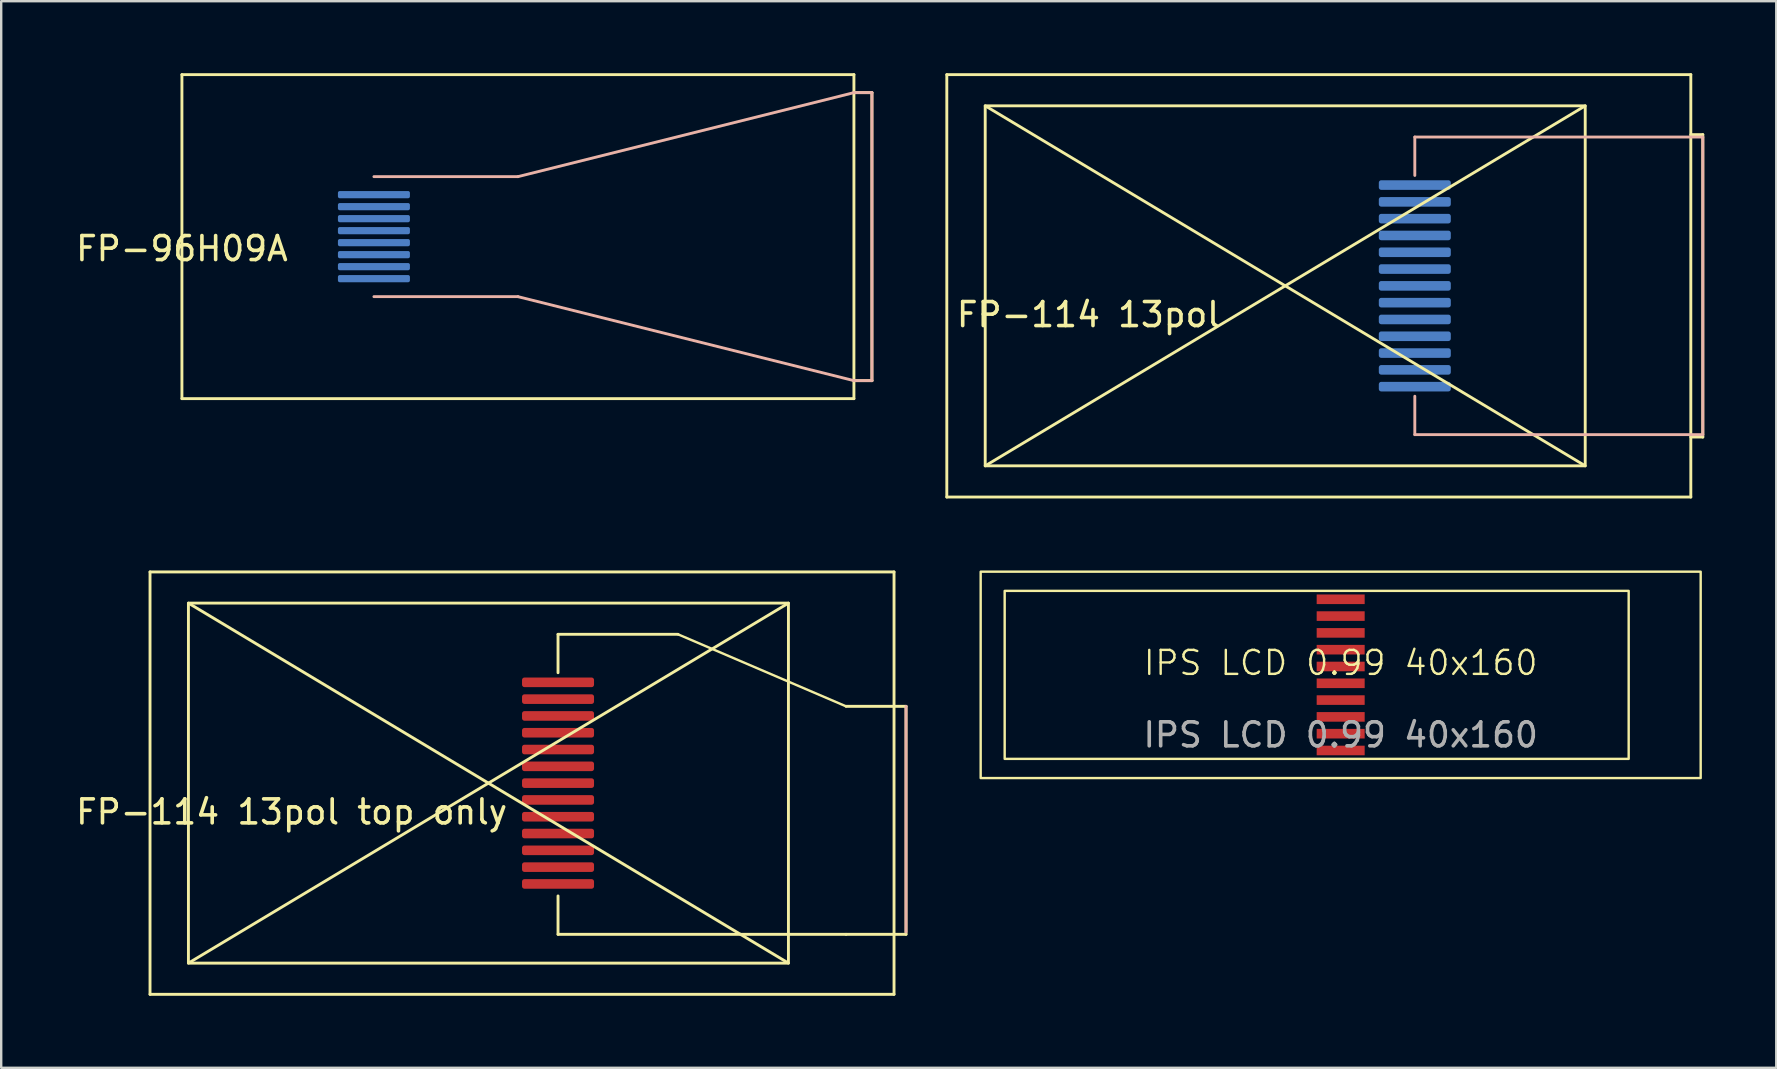
<source format=kicad_pcb>
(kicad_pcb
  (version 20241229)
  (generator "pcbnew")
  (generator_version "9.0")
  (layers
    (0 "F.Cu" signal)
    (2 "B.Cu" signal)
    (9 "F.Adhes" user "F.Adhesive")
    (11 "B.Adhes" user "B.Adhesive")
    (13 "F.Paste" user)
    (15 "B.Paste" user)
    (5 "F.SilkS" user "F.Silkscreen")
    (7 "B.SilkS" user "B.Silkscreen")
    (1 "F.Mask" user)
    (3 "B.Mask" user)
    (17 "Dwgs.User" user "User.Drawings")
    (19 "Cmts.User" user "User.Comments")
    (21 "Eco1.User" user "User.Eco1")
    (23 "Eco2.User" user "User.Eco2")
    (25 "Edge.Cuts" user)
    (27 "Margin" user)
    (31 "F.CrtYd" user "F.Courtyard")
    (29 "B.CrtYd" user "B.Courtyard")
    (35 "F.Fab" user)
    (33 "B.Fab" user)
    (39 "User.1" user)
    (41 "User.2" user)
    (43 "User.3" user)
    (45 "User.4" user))
  (footprint "FP-114 13pol top only"
    (layer "F.Cu")
    (at 17.301 29.58)
    (property "Reference" "FP-114 13pol top only" (at -8.2 1.2 0) (layer "F.SilkS") (effects (font (size 1 1) (thickness 0.15))))
    (attr through_hole)
    (fp_line (start -14.1 -8.8) (end 16.9 -8.8) (stroke (width 0.12) (type solid)) (layer "F.SilkS"))
    (fp_line (start -14.1 8.8) (end -14.1 -8.8) (stroke (width 0.12) (type solid)) (layer "F.SilkS"))
    (fp_line (start -12.5 -7.5) (end 12.5 7.5) (stroke (width 0.12) (type solid)) (layer "F.SilkS"))
    (fp_line (start -12.5 7.5) (end 12.5 -7.5) (stroke (width 0.12) (type solid)) (layer "F.SilkS"))
    (fp_line (start 2.9 -6.2) (end 2.9 -4.6) (stroke (width 0.12) (type solid)) (layer "F.SilkS"))
    (fp_line (start 2.9 6.3) (end 2.9 4.7) (stroke (width 0.12) (type solid)) (layer "F.SilkS"))
    (fp_line (start 7.9 -6.2) (end 2.9 -6.2) (stroke (width 0.12) (type solid)) (layer "F.SilkS"))
    (fp_line (start 14.9 -3.2) (end 7.9 -6.2) (stroke (width 0.1) (type default)) (layer "F.SilkS"))
    (fp_line (start 14.9 6.3) (end 2.9 6.3) (stroke (width 0.12) (type solid)) (layer "F.SilkS"))
    (fp_line (start 14.9 6.3) (end 17.4 6.3) (stroke (width 0.12) (type solid)) (layer "F.SilkS"))
    (fp_line (start 16.9 -8.8) (end 16.9 8.8) (stroke (width 0.12) (type solid)) (layer "F.SilkS"))
    (fp_line (start 16.9 8.8) (end -14.1 8.8) (stroke (width 0.12) (type solid)) (layer "F.SilkS"))
    (fp_line (start 17.4 -3.2) (end 14.9 -3.2) (stroke (width 0.12) (type solid)) (layer "F.SilkS"))
    (fp_line (start 17.4 6.3) (end 17.4 -3.2) (stroke (width 0.12) (type solid)) (layer "F.SilkS"))
    (fp_rect (start -12.5 -7.5) (end 12.5 7.5) (stroke (width 0.12) (type solid)) (fill no) (layer "F.SilkS"))
    (fp_line (start 17.4 -3.2) (end 17.4 6.2) (stroke (width 0.12) (type solid)) (layer "B.SilkS"))
    (pad "1" smd roundrect (at 2.9 -4.2) (size 3 0.4) (layers "F.Cu" "F.Mask" "F.Paste") (roundrect_rratio 0.25))
    (pad "2" smd roundrect (at 2.9 -3.5) (size 3 0.4) (layers "F.Cu" "F.Mask" "F.Paste") (roundrect_rratio 0.25))
    (pad "3" smd roundrect (at 2.9 -2.8) (size 3 0.4) (layers "F.Cu" "F.Mask" "F.Paste") (roundrect_rratio 0.25))
    (pad "4" smd roundrect (at 2.9 -2.1) (size 3 0.4) (layers "F.Cu" "F.Mask" "F.Paste") (roundrect_rratio 0.25))
    (pad "5" smd roundrect (at 2.9 -1.4) (size 3 0.4) (layers "F.Cu" "F.Mask" "F.Paste") (roundrect_rratio 0.25))
    (pad "6" smd roundrect (at 2.9 -0.7) (size 3 0.4) (layers "F.Cu" "F.Mask" "F.Paste") (roundrect_rratio 0.25))
    (pad "7" smd roundrect (at 2.9 0) (size 3 0.4) (layers "F.Cu" "F.Mask" "F.Paste") (roundrect_rratio 0.25))
    (pad "8" smd roundrect (at 2.9 0.7) (size 3 0.4) (layers "F.Cu" "F.Mask" "F.Paste") (roundrect_rratio 0.25))
    (pad "9" smd roundrect (at 2.9 1.4) (size 3 0.4) (layers "F.Cu" "F.Mask" "F.Paste") (roundrect_rratio 0.25))
    (pad "10" smd roundrect (at 2.9 2.1) (size 3 0.4) (layers "F.Cu" "F.Mask" "F.Paste") (roundrect_rratio 0.25))
    (pad "11" smd roundrect (at 2.9 2.8) (size 3 0.4) (layers "F.Cu" "F.Mask" "F.Paste") (roundrect_rratio 0.25))
    (pad "12" smd roundrect (at 2.9 3.5) (size 3 0.4) (layers "F.Cu" "F.Mask" "F.Paste") (roundrect_rratio 0.25))
    (pad "13" smd roundrect (at 2.9 4.2) (size 3 0.4) (layers "F.Cu" "F.Mask" "F.Paste") (roundrect_rratio 0.25)))
  (footprint "FP-114 13pol"
    (layer "F.Cu")
    (at 50.5 8.86)
    (property "Reference" "FP-114 13pol" (at -8.2 1.2 0) (layer "F.SilkS") (effects (font (size 1 1) (thickness 0.15))))
    (attr through_hole)
    (fp_line (start -14.1 -8.8) (end 16.9 -8.8) (stroke (width 0.12) (type solid)) (layer "F.SilkS"))
    (fp_line (start -14.1 8.8) (end -14.1 -8.8) (stroke (width 0.12) (type solid)) (layer "F.SilkS"))
    (fp_line (start -12.5 -7.5) (end 12.5 7.5) (stroke (width 0.12) (type solid)) (layer "F.SilkS"))
    (fp_line (start -12.5 7.5) (end 12.5 -7.5) (stroke (width 0.12) (type solid)) (layer "F.SilkS"))
    (fp_line (start 16.9 -8.8) (end 16.9 8.8) (stroke (width 0.12) (type solid)) (layer "F.SilkS"))
    (fp_line (start 16.9 6.3) (end 17.4 6.3) (stroke (width 0.12) (type solid)) (layer "F.SilkS"))
    (fp_line (start 16.9 8.8) (end -14.1 8.8) (stroke (width 0.12) (type solid)) (layer "F.SilkS"))
    (fp_line (start 17.4 -6.3) (end 16.9 -6.3) (stroke (width 0.12) (type solid)) (layer "F.SilkS"))
    (fp_line (start 17.4 6.3) (end 17.4 -6.3) (stroke (width 0.12) (type solid)) (layer "F.SilkS"))
    (fp_rect (start -12.5 -7.5) (end 12.5 7.5) (stroke (width 0.12) (type solid)) (fill no) (layer "F.SilkS"))
    (fp_line (start 5.4 -6.2) (end 5.4 -4.6) (stroke (width 0.12) (type solid)) (layer "B.SilkS"))
    (fp_line (start 5.4 6.2) (end 5.4 4.6) (stroke (width 0.12) (type solid)) (layer "B.SilkS"))
    (fp_line (start 17.4 -6.2) (end 5.4 -6.2) (stroke (width 0.12) (type solid)) (layer "B.SilkS"))
    (fp_line (start 17.4 -6.2) (end 17.4 6.2) (stroke (width 0.12) (type solid)) (layer "B.SilkS"))
    (fp_line (start 17.4 6.2) (end 5.4 6.2) (stroke (width 0.12) (type solid)) (layer "B.SilkS"))
    (pad "1" smd roundrect (at 5.4 -4.2) (size 3 0.4) (layers "B.Cu" "B.Mask" "B.Paste") (roundrect_rratio 0.25))
    (pad "2" smd roundrect (at 5.4 -3.5) (size 3 0.4) (layers "B.Cu" "B.Mask" "B.Paste") (roundrect_rratio 0.25))
    (pad "3" smd roundrect (at 5.4 -2.8) (size 3 0.4) (layers "B.Cu" "B.Mask" "B.Paste") (roundrect_rratio 0.25))
    (pad "4" smd roundrect (at 5.4 -2.1) (size 3 0.4) (layers "B.Cu" "B.Mask" "B.Paste") (roundrect_rratio 0.25))
    (pad "5" smd roundrect (at 5.4 -1.4) (size 3 0.4) (layers "B.Cu" "B.Mask" "B.Paste") (roundrect_rratio 0.25))
    (pad "6" smd roundrect (at 5.4 -0.7) (size 3 0.4) (layers "B.Cu" "B.Mask" "B.Paste") (roundrect_rratio 0.25))
    (pad "7" smd roundrect (at 5.4 0) (size 3 0.4) (layers "B.Cu" "B.Mask" "B.Paste") (roundrect_rratio 0.25))
    (pad "8" smd roundrect (at 5.4 0.7) (size 3 0.4) (layers "B.Cu" "B.Mask" "B.Paste") (roundrect_rratio 0.25))
    (pad "9" smd roundrect (at 5.4 1.4) (size 3 0.4) (layers "B.Cu" "B.Mask" "B.Paste") (roundrect_rratio 0.25))
    (pad "10" smd roundrect (at 5.4 2.1) (size 3 0.4) (layers "B.Cu" "B.Mask" "B.Paste") (roundrect_rratio 0.25))
    (pad "11" smd roundrect (at 5.4 2.8) (size 3 0.4) (layers "B.Cu" "B.Mask" "B.Paste") (roundrect_rratio 0.25))
    (pad "12" smd roundrect (at 5.4 3.5) (size 3 0.4) (layers "B.Cu" "B.Mask" "B.Paste") (roundrect_rratio 0.25))
    (pad "13" smd roundrect (at 5.4 4.2) (size 3 0.4) (layers "B.Cu" "B.Mask" "B.Paste") (roundrect_rratio 0.25)))
  (footprint "IPS LCD 0.99 40x160"
    (layer "F.Cu")
    (at 52.811 25.07)
    (property "Reference" "IPS LCD 0.99 40x160" (at 0 -0.5 0) (unlocked yes) (layer "F.SilkS") (effects (font (size 1 1) (thickness 0.1))))
    (attr smd)
    (fp_rect (start -15 -4.3) (end 15 4.3) (stroke (width 0.1) (type default)) (fill no) (layer "F.SilkS"))
    (fp_rect (start -14 -3.5) (end 12 3.5) (stroke (width 0.1) (type default)) (fill no) (layer "F.SilkS"))
    (fp_text user "${REFERENCE}" (at 0 2.5 0) (unlocked yes) (layer "F.Fab") (effects (font (size 1 1) (thickness 0.15))))
    (pad "1" smd rect (at 0 -3.15 90) (size 0.4 2) (layers "F.Cu" "F.Mask" "F.Paste"))
    (pad "2" smd rect (at 0 -2.45 90) (size 0.4 2) (layers "F.Cu" "F.Mask" "F.Paste"))
    (pad "3" smd rect (at 0 -1.75 90) (size 0.4 2) (layers "F.Cu" "F.Mask" "F.Paste"))
    (pad "4" smd rect (at 0 -1.05 90) (size 0.4 2) (layers "F.Cu" "F.Mask" "F.Paste"))
    (pad "5" smd rect (at 0 -0.35 90) (size 0.4 2) (layers "F.Cu" "F.Mask" "F.Paste"))
    (pad "6" smd rect (at 0 0.35 90) (size 0.4 2) (layers "F.Cu" "F.Mask" "F.Paste"))
    (pad "7" smd rect (at 0 1.05 90) (size 0.4 2) (layers "F.Cu" "F.Mask" "F.Paste"))
    (pad "8" smd rect (at 0 1.75 90) (size 0.4 2) (layers "F.Cu" "F.Mask" "F.Paste"))
    (pad "9" smd rect (at 0 2.45 90) (size 0.4 2) (layers "F.Cu" "F.Mask" "F.Paste"))
    (pad "10" smd rect (at 0 3.15 90) (size 0.4 2) (layers "F.Cu" "F.Mask" "F.Paste")))
  (footprint "FP-96H09A"
    (layer "F.Cu")
    (at 4.53 6.81)
    (property "Reference" "FP-96H09A" (at 0 0.5 0) (layer "F.SilkS") (effects (font (size 1 1) (thickness 0.15))))
    (attr through_hole)
    (fp_line (start 0 -6.75) (end 28 -6.75) (stroke (width 0.12) (type solid)) (layer "F.SilkS"))
    (fp_line (start 0 0) (end 0 -6.75) (stroke (width 0.12) (type solid)) (layer "F.SilkS"))
    (fp_line (start 0 6.75) (end 0 0) (stroke (width 0.12) (type solid)) (layer "F.SilkS"))
    (fp_line (start 28 -6.75) (end 28 6.75) (stroke (width 0.12) (type solid)) (layer "F.SilkS"))
    (fp_line (start 28 6) (end 28.75 6) (stroke (width 0.12) (type solid)) (layer "F.SilkS"))
    (fp_line (start 28 6.75) (end 0 6.75) (stroke (width 0.12) (type solid)) (layer "F.SilkS"))
    (fp_line (start 28.75 -6) (end 28 -6) (stroke (width 0.12) (type solid)) (layer "F.SilkS"))
    (fp_line (start 28.75 6) (end 28.75 -6) (stroke (width 0.12) (type solid)) (layer "F.SilkS"))
    (fp_line (start 8 -2.5) (end 14 -2.5) (stroke (width 0.12) (type solid)) (layer "B.SilkS"))
    (fp_line (start 8 2.5) (end 14 2.5) (stroke (width 0.12) (type solid)) (layer "B.SilkS"))
    (fp_line (start 14 -2.5) (end 28 -6) (stroke (width 0.12) (type solid)) (layer "B.SilkS"))
    (fp_line (start 14 2.5) (end 28 6) (stroke (width 0.12) (type solid)) (layer "B.SilkS"))
    (fp_line (start 28 -6) (end 28.75 -6) (stroke (width 0.12) (type solid)) (layer "B.SilkS"))
    (fp_line (start 28.75 -6) (end 28.75 6) (stroke (width 0.12) (type solid)) (layer "B.SilkS"))
    (fp_line (start 28.75 6) (end 28 6) (stroke (width 0.12) (type solid)) (layer "B.SilkS"))
    (pad "1" smd roundrect (at 8 1.75) (size 3 0.3) (layers "B.Cu" "B.Mask" "B.Paste") (roundrect_rratio 0.25))
    (pad "2" smd roundrect (at 8 1.25) (size 3 0.3) (layers "B.Cu" "B.Mask" "B.Paste") (roundrect_rratio 0.25))
    (pad "3" smd roundrect (at 8 0.75) (size 3 0.3) (layers "B.Cu" "B.Mask" "B.Paste") (roundrect_rratio 0.25))
    (pad "4" smd roundrect (at 8 0.25) (size 3 0.3) (layers "B.Cu" "B.Mask" "B.Paste") (roundrect_rratio 0.25))
    (pad "5" smd roundrect (at 8 -0.25) (size 3 0.3) (layers "B.Cu" "B.Mask" "B.Paste") (roundrect_rratio 0.25))
    (pad "6" smd roundrect (at 8 -0.75) (size 3 0.3) (layers "B.Cu" "B.Mask" "B.Paste") (roundrect_rratio 0.25))
    (pad "7" smd roundrect (at 8 -1.25) (size 3 0.3) (layers "B.Cu" "B.Mask" "B.Paste") (roundrect_rratio 0.25))
    (pad "8" smd roundrect (at 8 -1.75) (size 3 0.3) (layers "B.Cu" "B.Mask" "B.Paste") (roundrect_rratio 0.25)))
  (gr_rect
    (start -3 -3)
    (end 70.96 41.44)
    (stroke (width 0.1) (type default))
    (fill no)
    (layer "Edge.Cuts")))
</source>
